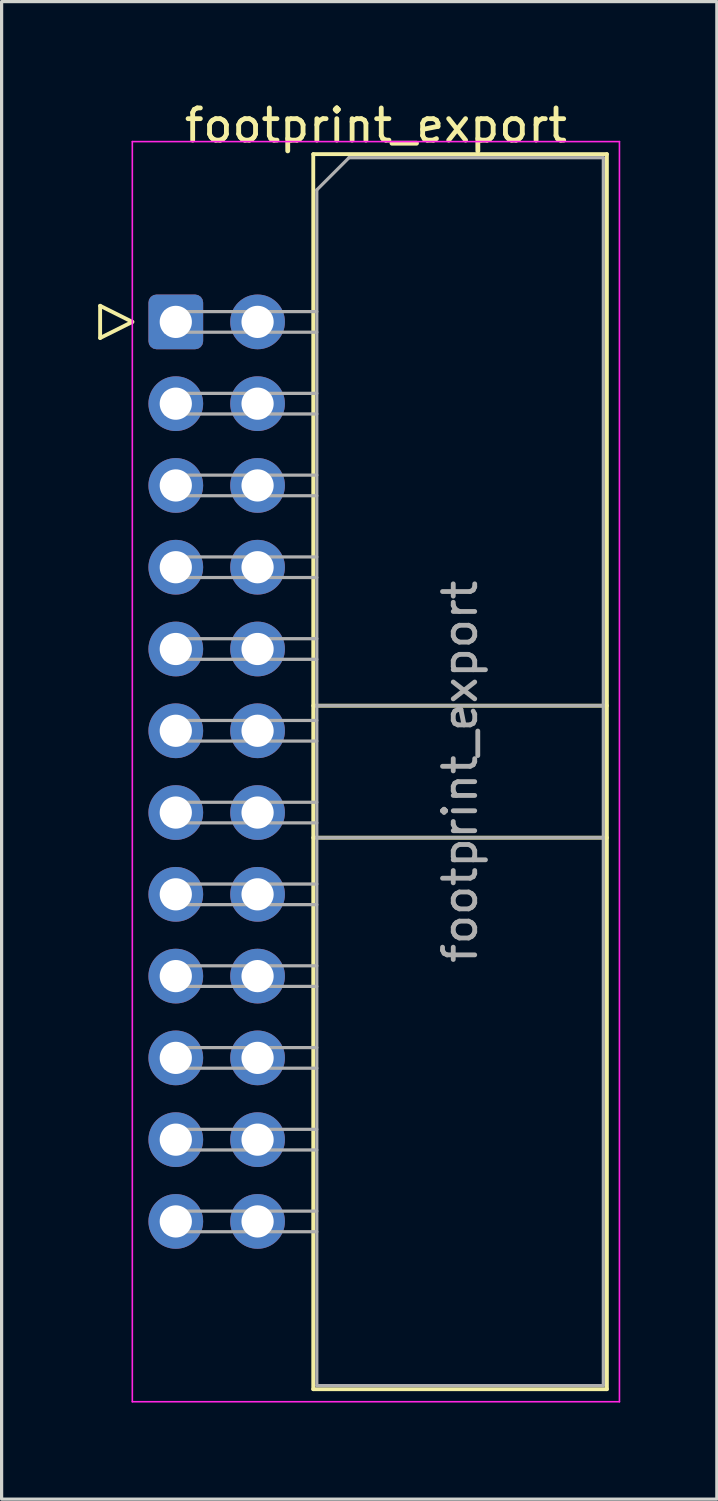
<source format=kicad_pcb>
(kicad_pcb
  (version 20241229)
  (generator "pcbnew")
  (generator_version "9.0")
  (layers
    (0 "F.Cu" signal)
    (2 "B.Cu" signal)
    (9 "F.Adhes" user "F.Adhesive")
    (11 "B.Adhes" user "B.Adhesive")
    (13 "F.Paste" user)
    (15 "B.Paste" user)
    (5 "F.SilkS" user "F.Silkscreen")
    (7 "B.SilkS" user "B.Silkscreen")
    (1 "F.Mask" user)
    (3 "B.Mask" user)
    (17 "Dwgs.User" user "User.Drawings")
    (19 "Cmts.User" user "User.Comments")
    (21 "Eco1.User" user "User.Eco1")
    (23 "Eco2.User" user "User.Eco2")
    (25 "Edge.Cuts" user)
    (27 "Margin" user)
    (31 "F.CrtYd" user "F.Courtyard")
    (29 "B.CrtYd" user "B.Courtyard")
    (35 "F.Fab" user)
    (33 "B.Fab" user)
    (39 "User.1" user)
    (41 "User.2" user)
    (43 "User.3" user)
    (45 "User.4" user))
  (footprint "footprint_export"
    (layer "F.Cu")
    (at 2.41 6.948)
    (property "Reference" "footprint_export" (at 6.215 -6.1 0) (layer "F.SilkS") (effects (font (size 1 1) (thickness 0.15))))
    (attr through_hole)
    (fp_line (start -2.35 -0.5) (end -2.35 0.5) (stroke (width 0.12) (type solid)) (layer "F.SilkS"))
    (fp_line (start -2.35 0.5) (end -1.35 0) (stroke (width 0.12) (type solid)) (layer "F.SilkS"))
    (fp_line (start -1.35 0) (end -2.35 -0.5) (stroke (width 0.12) (type solid)) (layer "F.SilkS"))
    (fp_line (start 4.27 -5.21) (end 13.39 -5.21) (stroke (width 0.12) (type solid)) (layer "F.SilkS"))
    (fp_line (start 4.27 11.92) (end 13.39 11.92) (stroke (width 0.12) (type solid)) (layer "F.SilkS"))
    (fp_line (start 4.27 16.02) (end 13.39 16.02) (stroke (width 0.12) (type solid)) (layer "F.SilkS"))
    (fp_line (start 4.27 33.15) (end 4.27 -5.21) (stroke (width 0.12) (type solid)) (layer "F.SilkS"))
    (fp_line (start 13.39 -5.21) (end 13.39 33.15) (stroke (width 0.12) (type solid)) (layer "F.SilkS"))
    (fp_line (start 13.39 33.15) (end 4.27 33.15) (stroke (width 0.12) (type solid)) (layer "F.SilkS"))
    (fp_line (start -1.35 -5.6) (end -1.35 33.54) (stroke (width 0.05) (type solid)) (layer "F.CrtYd"))
    (fp_line (start -1.35 33.54) (end 13.78 33.54) (stroke (width 0.05) (type solid)) (layer "F.CrtYd"))
    (fp_line (start 13.78 -5.6) (end -1.35 -5.6) (stroke (width 0.05) (type solid)) (layer "F.CrtYd"))
    (fp_line (start 13.78 33.54) (end 13.78 -5.6) (stroke (width 0.05) (type solid)) (layer "F.CrtYd"))
    (fp_line (start -0.32 -0.32) (end -0.32 0.32) (stroke (width 0.1) (type solid)) (layer "F.Fab"))
    (fp_line (start -0.32 0.32) (end 4.38 0.32) (stroke (width 0.1) (type solid)) (layer "F.Fab"))
    (fp_line (start -0.32 2.22) (end -0.32 2.86) (stroke (width 0.1) (type solid)) (layer "F.Fab"))
    (fp_line (start -0.32 2.86) (end 4.38 2.86) (stroke (width 0.1) (type solid)) (layer "F.Fab"))
    (fp_line (start -0.32 4.76) (end -0.32 5.4) (stroke (width 0.1) (type solid)) (layer "F.Fab"))
    (fp_line (start -0.32 5.4) (end 4.38 5.4) (stroke (width 0.1) (type solid)) (layer "F.Fab"))
    (fp_line (start -0.32 7.3) (end -0.32 7.94) (stroke (width 0.1) (type solid)) (layer "F.Fab"))
    (fp_line (start -0.32 7.94) (end 4.38 7.94) (stroke (width 0.1) (type solid)) (layer "F.Fab"))
    (fp_line (start -0.32 9.84) (end -0.32 10.48) (stroke (width 0.1) (type solid)) (layer "F.Fab"))
    (fp_line (start -0.32 10.48) (end 4.38 10.48) (stroke (width 0.1) (type solid)) (layer "F.Fab"))
    (fp_line (start -0.32 12.38) (end -0.32 13.02) (stroke (width 0.1) (type solid)) (layer "F.Fab"))
    (fp_line (start -0.32 13.02) (end 4.38 13.02) (stroke (width 0.1) (type solid)) (layer "F.Fab"))
    (fp_line (start -0.32 14.92) (end -0.32 15.56) (stroke (width 0.1) (type solid)) (layer "F.Fab"))
    (fp_line (start -0.32 15.56) (end 4.38 15.56) (stroke (width 0.1) (type solid)) (layer "F.Fab"))
    (fp_line (start -0.32 17.46) (end -0.32 18.1) (stroke (width 0.1) (type solid)) (layer "F.Fab"))
    (fp_line (start -0.32 18.1) (end 4.38 18.1) (stroke (width 0.1) (type solid)) (layer "F.Fab"))
    (fp_line (start -0.32 20) (end -0.32 20.64) (stroke (width 0.1) (type solid)) (layer "F.Fab"))
    (fp_line (start -0.32 20.64) (end 4.38 20.64) (stroke (width 0.1) (type solid)) (layer "F.Fab"))
    (fp_line (start -0.32 22.54) (end -0.32 23.18) (stroke (width 0.1) (type solid)) (layer "F.Fab"))
    (fp_line (start -0.32 23.18) (end 4.38 23.18) (stroke (width 0.1) (type solid)) (layer "F.Fab"))
    (fp_line (start -0.32 25.08) (end -0.32 25.72) (stroke (width 0.1) (type solid)) (layer "F.Fab"))
    (fp_line (start -0.32 25.72) (end 4.38 25.72) (stroke (width 0.1) (type solid)) (layer "F.Fab"))
    (fp_line (start -0.32 27.62) (end -0.32 28.26) (stroke (width 0.1) (type solid)) (layer "F.Fab"))
    (fp_line (start -0.32 28.26) (end 4.38 28.26) (stroke (width 0.1) (type solid)) (layer "F.Fab"))
    (fp_line (start 4.38 -4.1) (end 5.38 -5.1) (stroke (width 0.1) (type solid)) (layer "F.Fab"))
    (fp_line (start 4.38 -0.32) (end -0.32 -0.32) (stroke (width 0.1) (type solid)) (layer "F.Fab"))
    (fp_line (start 4.38 2.22) (end -0.32 2.22) (stroke (width 0.1) (type solid)) (layer "F.Fab"))
    (fp_line (start 4.38 4.76) (end -0.32 4.76) (stroke (width 0.1) (type solid)) (layer "F.Fab"))
    (fp_line (start 4.38 7.3) (end -0.32 7.3) (stroke (width 0.1) (type solid)) (layer "F.Fab"))
    (fp_line (start 4.38 9.84) (end -0.32 9.84) (stroke (width 0.1) (type solid)) (layer "F.Fab"))
    (fp_line (start 4.38 11.92) (end 13.28 11.92) (stroke (width 0.1) (type solid)) (layer "F.Fab"))
    (fp_line (start 4.38 12.38) (end -0.32 12.38) (stroke (width 0.1) (type solid)) (layer "F.Fab"))
    (fp_line (start 4.38 14.92) (end -0.32 14.92) (stroke (width 0.1) (type solid)) (layer "F.Fab"))
    (fp_line (start 4.38 16.02) (end 13.28 16.02) (stroke (width 0.1) (type solid)) (layer "F.Fab"))
    (fp_line (start 4.38 17.46) (end -0.32 17.46) (stroke (width 0.1) (type solid)) (layer "F.Fab"))
    (fp_line (start 4.38 20) (end -0.32 20) (stroke (width 0.1) (type solid)) (layer "F.Fab"))
    (fp_line (start 4.38 22.54) (end -0.32 22.54) (stroke (width 0.1) (type solid)) (layer "F.Fab"))
    (fp_line (start 4.38 25.08) (end -0.32 25.08) (stroke (width 0.1) (type solid)) (layer "F.Fab"))
    (fp_line (start 4.38 27.62) (end -0.32 27.62) (stroke (width 0.1) (type solid)) (layer "F.Fab"))
    (fp_line (start 4.38 33.04) (end 4.38 -4.1) (stroke (width 0.1) (type solid)) (layer "F.Fab"))
    (fp_line (start 5.38 -5.1) (end 13.28 -5.1) (stroke (width 0.1) (type solid)) (layer "F.Fab"))
    (fp_line (start 13.28 -5.1) (end 13.28 33.04) (stroke (width 0.1) (type solid)) (layer "F.Fab"))
    (fp_line (start 13.28 33.04) (end 4.38 33.04) (stroke (width 0.1) (type solid)) (layer "F.Fab"))
    (fp_text user "${REFERENCE}" (at 8.83 13.97 90) (layer "F.Fab") (effects (font (size 1 1) (thickness 0.15))))
    (pad "1" thru_hole roundrect (at 0 0) (size 1.7 1.7) (drill 1) (layers "*.Cu" "*.Mask") (roundrect_rratio 0.147))
    (pad "2" thru_hole circle (at 2.54 0) (size 1.7 1.7) (drill 1) (layers "*.Cu" "*.Mask"))
    (pad "3" thru_hole circle (at 0 2.54) (size 1.7 1.7) (drill 1) (layers "*.Cu" "*.Mask"))
    (pad "4" thru_hole circle (at 2.54 2.54) (size 1.7 1.7) (drill 1) (layers "*.Cu" "*.Mask"))
    (pad "5" thru_hole circle (at 0 5.08) (size 1.7 1.7) (drill 1) (layers "*.Cu" "*.Mask"))
    (pad "6" thru_hole circle (at 2.54 5.08) (size 1.7 1.7) (drill 1) (layers "*.Cu" "*.Mask"))
    (pad "7" thru_hole circle (at 0 7.62) (size 1.7 1.7) (drill 1) (layers "*.Cu" "*.Mask"))
    (pad "8" thru_hole circle (at 2.54 7.62) (size 1.7 1.7) (drill 1) (layers "*.Cu" "*.Mask"))
    (pad "9" thru_hole circle (at 0 10.16) (size 1.7 1.7) (drill 1) (layers "*.Cu" "*.Mask"))
    (pad "10" thru_hole circle (at 2.54 10.16) (size 1.7 1.7) (drill 1) (layers "*.Cu" "*.Mask"))
    (pad "11" thru_hole circle (at 0 12.7) (size 1.7 1.7) (drill 1) (layers "*.Cu" "*.Mask"))
    (pad "12" thru_hole circle (at 2.54 12.7) (size 1.7 1.7) (drill 1) (layers "*.Cu" "*.Mask"))
    (pad "13" thru_hole circle (at 0 15.24) (size 1.7 1.7) (drill 1) (layers "*.Cu" "*.Mask"))
    (pad "14" thru_hole circle (at 2.54 15.24) (size 1.7 1.7) (drill 1) (layers "*.Cu" "*.Mask"))
    (pad "15" thru_hole circle (at 0 17.78) (size 1.7 1.7) (drill 1) (layers "*.Cu" "*.Mask"))
    (pad "16" thru_hole circle (at 2.54 17.78) (size 1.7 1.7) (drill 1) (layers "*.Cu" "*.Mask"))
    (pad "17" thru_hole circle (at 0 20.32) (size 1.7 1.7) (drill 1) (layers "*.Cu" "*.Mask"))
    (pad "18" thru_hole circle (at 2.54 20.32) (size 1.7 1.7) (drill 1) (layers "*.Cu" "*.Mask"))
    (pad "19" thru_hole circle (at 0 22.86) (size 1.7 1.7) (drill 1) (layers "*.Cu" "*.Mask"))
    (pad "20" thru_hole circle (at 2.54 22.86) (size 1.7 1.7) (drill 1) (layers "*.Cu" "*.Mask"))
    (pad "21" thru_hole circle (at 0 25.4) (size 1.7 1.7) (drill 1) (layers "*.Cu" "*.Mask"))
    (pad "22" thru_hole circle (at 2.54 25.4) (size 1.7 1.7) (drill 1) (layers "*.Cu" "*.Mask"))
    (pad "23" thru_hole circle (at 0 27.94) (size 1.7 1.7) (drill 1) (layers "*.Cu" "*.Mask"))
    (pad "24" thru_hole circle (at 2.54 27.94) (size 1.7 1.7) (drill 1) (layers "*.Cu" "*.Mask")))
  (gr_rect
    (start -3 -3)
    (end 19.215 43.513)
    (stroke (width 0.1) (type default))
    (fill no)
    (layer "Edge.Cuts")))
</source>
